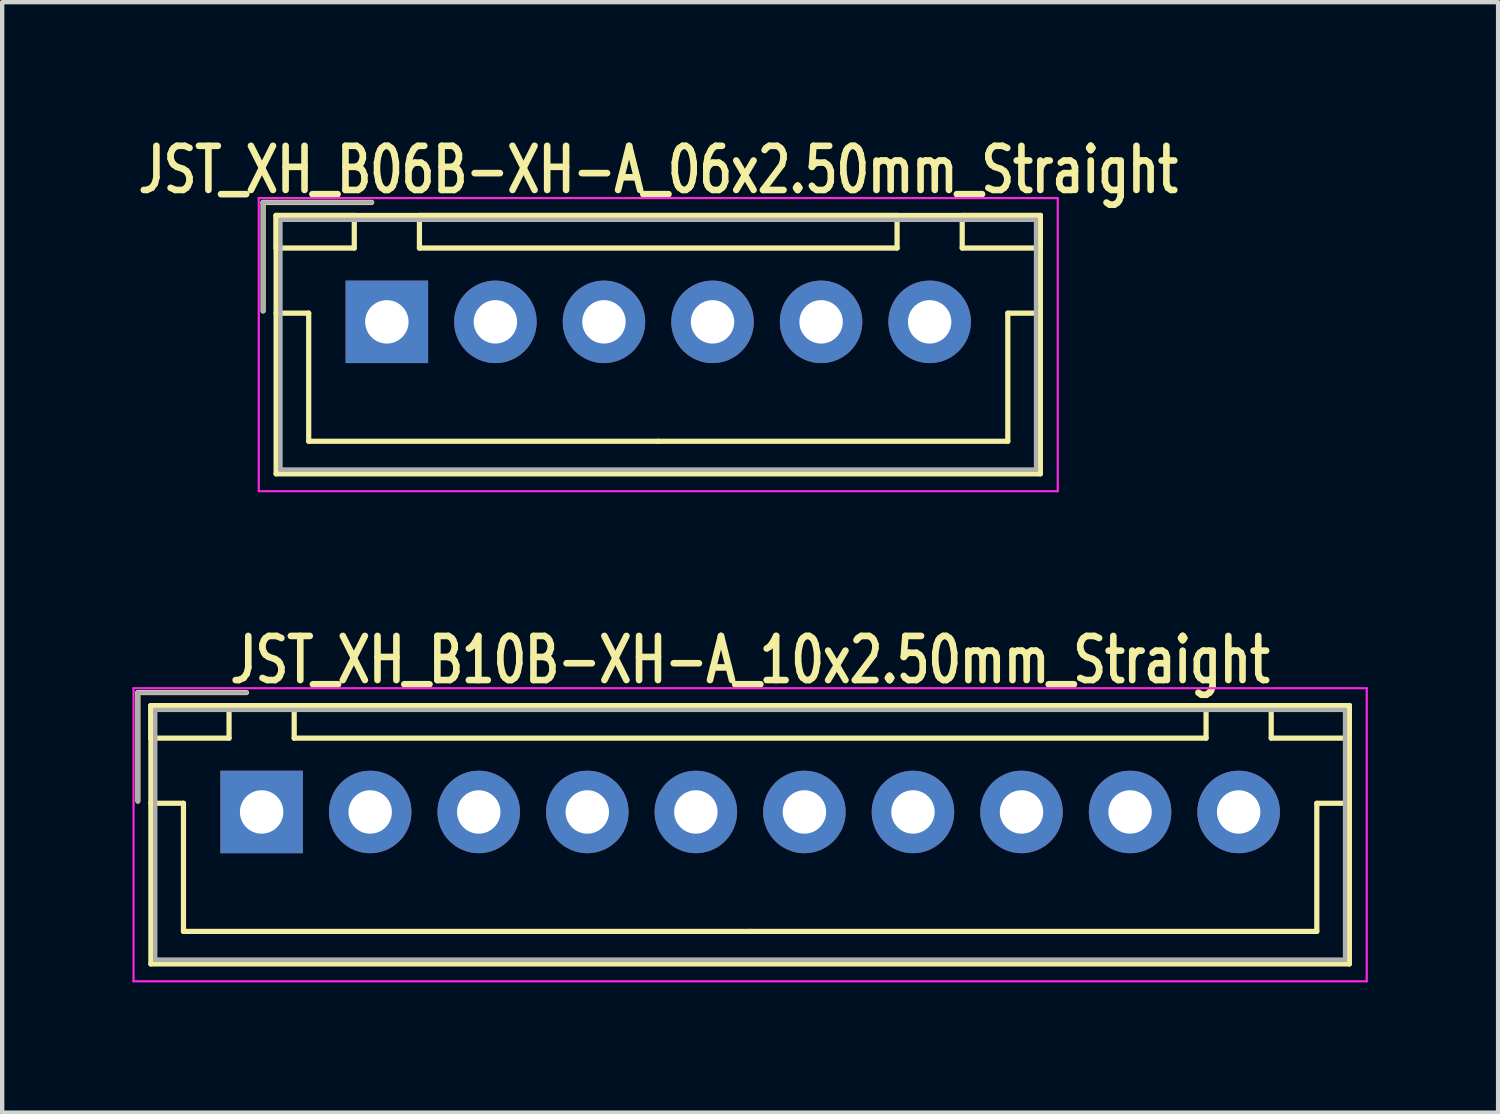
<source format=kicad_pcb>
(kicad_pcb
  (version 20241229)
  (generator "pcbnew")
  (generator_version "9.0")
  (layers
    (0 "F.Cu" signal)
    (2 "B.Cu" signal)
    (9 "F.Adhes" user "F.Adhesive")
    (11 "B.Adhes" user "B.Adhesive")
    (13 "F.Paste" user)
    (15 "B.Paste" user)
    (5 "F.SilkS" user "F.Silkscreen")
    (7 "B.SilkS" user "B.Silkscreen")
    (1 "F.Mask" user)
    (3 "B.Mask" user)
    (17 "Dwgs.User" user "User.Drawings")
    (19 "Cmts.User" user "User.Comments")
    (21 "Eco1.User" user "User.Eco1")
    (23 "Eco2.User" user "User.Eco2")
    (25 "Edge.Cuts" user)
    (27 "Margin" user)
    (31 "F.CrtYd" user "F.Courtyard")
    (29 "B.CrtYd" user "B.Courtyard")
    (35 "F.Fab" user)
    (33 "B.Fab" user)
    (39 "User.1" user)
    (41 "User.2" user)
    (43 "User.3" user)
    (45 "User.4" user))
  (footprint "JST_XH_B10B-XH-A_10x2.50mm_Straight"
    (layer "F.Cu")
    (at 2.975 15.649)
    (property "Reference" "JST_XH_B10B-XH-A_10x2.50mm_Straight" (at 11.25 -3.5 0) (layer "F.SilkS") (effects (font (size 1.016 0.762) (thickness 0.152))))
    (attr through_hole)
    (fp_line (start -2.85 -2.75) (end -2.85 -0.25) (stroke (width 0.12) (type solid)) (layer "F.SilkS"))
    (fp_line (start -2.55 -2.45) (end -2.55 -1.7) (stroke (width 0.12) (type solid)) (layer "F.SilkS"))
    (fp_line (start -2.55 -2.45) (end -2.55 3.5) (stroke (width 0.12) (type solid)) (layer "F.SilkS"))
    (fp_line (start -2.55 -1.7) (end -0.75 -1.7) (stroke (width 0.12) (type solid)) (layer "F.SilkS"))
    (fp_line (start -2.55 -0.2) (end -1.8 -0.2) (stroke (width 0.12) (type solid)) (layer "F.SilkS"))
    (fp_line (start -2.55 3.5) (end 25.05 3.5) (stroke (width 0.12) (type solid)) (layer "F.SilkS"))
    (fp_line (start -1.8 -0.2) (end -1.8 2.75) (stroke (width 0.12) (type solid)) (layer "F.SilkS"))
    (fp_line (start -1.8 2.75) (end 11.25 2.75) (stroke (width 0.12) (type solid)) (layer "F.SilkS"))
    (fp_line (start -0.75 -2.45) (end -2.55 -2.45) (stroke (width 0.12) (type solid)) (layer "F.SilkS"))
    (fp_line (start -0.75 -1.7) (end -0.75 -2.45) (stroke (width 0.12) (type solid)) (layer "F.SilkS"))
    (fp_line (start -0.35 -2.75) (end -2.85 -2.75) (stroke (width 0.12) (type solid)) (layer "F.SilkS"))
    (fp_line (start 0.75 -2.45) (end 0.75 -1.7) (stroke (width 0.12) (type solid)) (layer "F.SilkS"))
    (fp_line (start 0.75 -1.7) (end 21.75 -1.7) (stroke (width 0.12) (type solid)) (layer "F.SilkS"))
    (fp_line (start 21.75 -2.45) (end 0.75 -2.45) (stroke (width 0.12) (type solid)) (layer "F.SilkS"))
    (fp_line (start 21.75 -1.7) (end 21.75 -2.45) (stroke (width 0.12) (type solid)) (layer "F.SilkS"))
    (fp_line (start 23.25 -2.45) (end 23.25 -1.7) (stroke (width 0.12) (type solid)) (layer "F.SilkS"))
    (fp_line (start 23.25 -1.7) (end 25.05 -1.7) (stroke (width 0.12) (type solid)) (layer "F.SilkS"))
    (fp_line (start 24.3 -0.2) (end 24.3 2.75) (stroke (width 0.12) (type solid)) (layer "F.SilkS"))
    (fp_line (start 24.3 2.75) (end 11.25 2.75) (stroke (width 0.12) (type solid)) (layer "F.SilkS"))
    (fp_line (start 25.05 -2.45) (end -2.55 -2.45) (stroke (width 0.12) (type solid)) (layer "F.SilkS"))
    (fp_line (start 25.05 -2.45) (end 23.25 -2.45) (stroke (width 0.12) (type solid)) (layer "F.SilkS"))
    (fp_line (start 25.05 -1.7) (end 25.05 -2.45) (stroke (width 0.12) (type solid)) (layer "F.SilkS"))
    (fp_line (start 25.05 -0.2) (end 24.3 -0.2) (stroke (width 0.12) (type solid)) (layer "F.SilkS"))
    (fp_line (start 25.05 3.5) (end 25.05 -2.45) (stroke (width 0.12) (type solid)) (layer "F.SilkS"))
    (fp_line (start -2.95 -2.85) (end -2.95 3.9) (stroke (width 0.05) (type solid)) (layer "F.CrtYd"))
    (fp_line (start -2.95 3.9) (end 25.45 3.9) (stroke (width 0.05) (type solid)) (layer "F.CrtYd"))
    (fp_line (start 25.45 -2.85) (end -2.95 -2.85) (stroke (width 0.05) (type solid)) (layer "F.CrtYd"))
    (fp_line (start 25.45 3.9) (end 25.45 -2.85) (stroke (width 0.05) (type solid)) (layer "F.CrtYd"))
    (fp_line (start -2.85 -2.75) (end -2.85 -0.25) (stroke (width 0.1) (type solid)) (layer "F.Fab"))
    (fp_line (start -2.45 -2.35) (end -2.45 3.4) (stroke (width 0.1) (type solid)) (layer "F.Fab"))
    (fp_line (start -2.45 3.4) (end 24.95 3.4) (stroke (width 0.1) (type solid)) (layer "F.Fab"))
    (fp_line (start -0.35 -2.75) (end -2.85 -2.75) (stroke (width 0.1) (type solid)) (layer "F.Fab"))
    (fp_line (start 24.95 -2.35) (end -2.45 -2.35) (stroke (width 0.1) (type solid)) (layer "F.Fab"))
    (fp_line (start 24.95 3.4) (end 24.95 -2.35) (stroke (width 0.1) (type solid)) (layer "F.Fab"))
    (pad "1" thru_hole rect (at 0 0) (size 1.9 1.9) (drill 1) (layers "*.Cu" "*.Mask"))
    (pad "2" thru_hole circle (at 2.5 0) (size 1.9 1.9) (drill 1) (layers "*.Cu" "*.Mask"))
    (pad "3" thru_hole circle (at 5 0) (size 1.9 1.9) (drill 1) (layers "*.Cu" "*.Mask"))
    (pad "4" thru_hole circle (at 7.5 0) (size 1.9 1.9) (drill 1) (layers "*.Cu" "*.Mask"))
    (pad "5" thru_hole circle (at 10 0) (size 1.9 1.9) (drill 1) (layers "*.Cu" "*.Mask"))
    (pad "6" thru_hole circle (at 12.5 0) (size 1.9 1.9) (drill 1) (layers "*.Cu" "*.Mask"))
    (pad "7" thru_hole circle (at 15 0) (size 1.9 1.9) (drill 1) (layers "*.Cu" "*.Mask"))
    (pad "8" thru_hole circle (at 17.5 0) (size 1.9 1.9) (drill 1) (layers "*.Cu" "*.Mask"))
    (pad "9" thru_hole circle (at 20 0) (size 1.9 1.9) (drill 1) (layers "*.Cu" "*.Mask"))
    (pad "10" thru_hole circle (at 22.5 0) (size 1.9 1.9) (drill 1) (layers "*.Cu" "*.Mask")))
  (footprint "JST_XH_B06B-XH-A_06x2.50mm_Straight"
    (layer "F.Cu")
    (at 5.859 4.362)
    (property "Reference" "JST_XH_B06B-XH-A_06x2.50mm_Straight" (at 6.25 -3.5 0) (layer "F.SilkS") (effects (font (size 1.016 0.762) (thickness 0.152))))
    (attr through_hole)
    (fp_line (start -2.85 -2.75) (end -2.85 -0.25) (stroke (width 0.12) (type solid)) (layer "F.SilkS"))
    (fp_line (start -2.55 -2.45) (end -2.55 -1.7) (stroke (width 0.12) (type solid)) (layer "F.SilkS"))
    (fp_line (start -2.55 -2.45) (end -2.55 3.5) (stroke (width 0.12) (type solid)) (layer "F.SilkS"))
    (fp_line (start -2.55 -1.7) (end -0.75 -1.7) (stroke (width 0.12) (type solid)) (layer "F.SilkS"))
    (fp_line (start -2.55 -0.2) (end -1.8 -0.2) (stroke (width 0.12) (type solid)) (layer "F.SilkS"))
    (fp_line (start -2.55 3.5) (end 15.05 3.5) (stroke (width 0.12) (type solid)) (layer "F.SilkS"))
    (fp_line (start -1.8 -0.2) (end -1.8 2.75) (stroke (width 0.12) (type solid)) (layer "F.SilkS"))
    (fp_line (start -1.8 2.75) (end 6.25 2.75) (stroke (width 0.12) (type solid)) (layer "F.SilkS"))
    (fp_line (start -0.75 -2.45) (end -2.55 -2.45) (stroke (width 0.12) (type solid)) (layer "F.SilkS"))
    (fp_line (start -0.75 -1.7) (end -0.75 -2.45) (stroke (width 0.12) (type solid)) (layer "F.SilkS"))
    (fp_line (start -0.35 -2.75) (end -2.85 -2.75) (stroke (width 0.12) (type solid)) (layer "F.SilkS"))
    (fp_line (start 0.75 -2.45) (end 0.75 -1.7) (stroke (width 0.12) (type solid)) (layer "F.SilkS"))
    (fp_line (start 0.75 -1.7) (end 11.75 -1.7) (stroke (width 0.12) (type solid)) (layer "F.SilkS"))
    (fp_line (start 11.75 -2.45) (end 0.75 -2.45) (stroke (width 0.12) (type solid)) (layer "F.SilkS"))
    (fp_line (start 11.75 -1.7) (end 11.75 -2.45) (stroke (width 0.12) (type solid)) (layer "F.SilkS"))
    (fp_line (start 13.25 -2.45) (end 13.25 -1.7) (stroke (width 0.12) (type solid)) (layer "F.SilkS"))
    (fp_line (start 13.25 -1.7) (end 15.05 -1.7) (stroke (width 0.12) (type solid)) (layer "F.SilkS"))
    (fp_line (start 14.3 -0.2) (end 14.3 2.75) (stroke (width 0.12) (type solid)) (layer "F.SilkS"))
    (fp_line (start 14.3 2.75) (end 6.25 2.75) (stroke (width 0.12) (type solid)) (layer "F.SilkS"))
    (fp_line (start 15.05 -2.45) (end -2.55 -2.45) (stroke (width 0.12) (type solid)) (layer "F.SilkS"))
    (fp_line (start 15.05 -2.45) (end 13.25 -2.45) (stroke (width 0.12) (type solid)) (layer "F.SilkS"))
    (fp_line (start 15.05 -1.7) (end 15.05 -2.45) (stroke (width 0.12) (type solid)) (layer "F.SilkS"))
    (fp_line (start 15.05 -0.2) (end 14.3 -0.2) (stroke (width 0.12) (type solid)) (layer "F.SilkS"))
    (fp_line (start 15.05 3.5) (end 15.05 -2.45) (stroke (width 0.12) (type solid)) (layer "F.SilkS"))
    (fp_line (start -2.95 -2.85) (end -2.95 3.9) (stroke (width 0.05) (type solid)) (layer "F.CrtYd"))
    (fp_line (start -2.95 3.9) (end 15.45 3.9) (stroke (width 0.05) (type solid)) (layer "F.CrtYd"))
    (fp_line (start 15.45 -2.85) (end -2.95 -2.85) (stroke (width 0.05) (type solid)) (layer "F.CrtYd"))
    (fp_line (start 15.45 3.9) (end 15.45 -2.85) (stroke (width 0.05) (type solid)) (layer "F.CrtYd"))
    (fp_line (start -2.85 -2.75) (end -2.85 -0.25) (stroke (width 0.1) (type solid)) (layer "F.Fab"))
    (fp_line (start -2.45 -2.35) (end -2.45 3.4) (stroke (width 0.1) (type solid)) (layer "F.Fab"))
    (fp_line (start -2.45 3.4) (end 14.95 3.4) (stroke (width 0.1) (type solid)) (layer "F.Fab"))
    (fp_line (start -0.35 -2.75) (end -2.85 -2.75) (stroke (width 0.1) (type solid)) (layer "F.Fab"))
    (fp_line (start 14.95 -2.35) (end -2.45 -2.35) (stroke (width 0.1) (type solid)) (layer "F.Fab"))
    (fp_line (start 14.95 3.4) (end 14.95 -2.35) (stroke (width 0.1) (type solid)) (layer "F.Fab"))
    (pad "1" thru_hole rect (at 0 0) (size 1.9 1.9) (drill 1) (layers "*.Cu" "*.Mask"))
    (pad "2" thru_hole circle (at 2.5 0) (size 1.9 1.9) (drill 1) (layers "*.Cu" "*.Mask"))
    (pad "3" thru_hole circle (at 5 0) (size 1.9 1.9) (drill 1) (layers "*.Cu" "*.Mask"))
    (pad "4" thru_hole circle (at 7.5 0) (size 1.9 1.9) (drill 1) (layers "*.Cu" "*.Mask"))
    (pad "5" thru_hole circle (at 10 0) (size 1.9 1.9) (drill 1) (layers "*.Cu" "*.Mask"))
    (pad "6" thru_hole circle (at 12.5 0) (size 1.9 1.9) (drill 1) (layers "*.Cu" "*.Mask")))
  (gr_rect
    (start -3 -3)
    (end 31.45 22.574)
    (stroke (width 0.1) (type default))
    (fill no)
    (layer "Edge.Cuts")))
</source>
